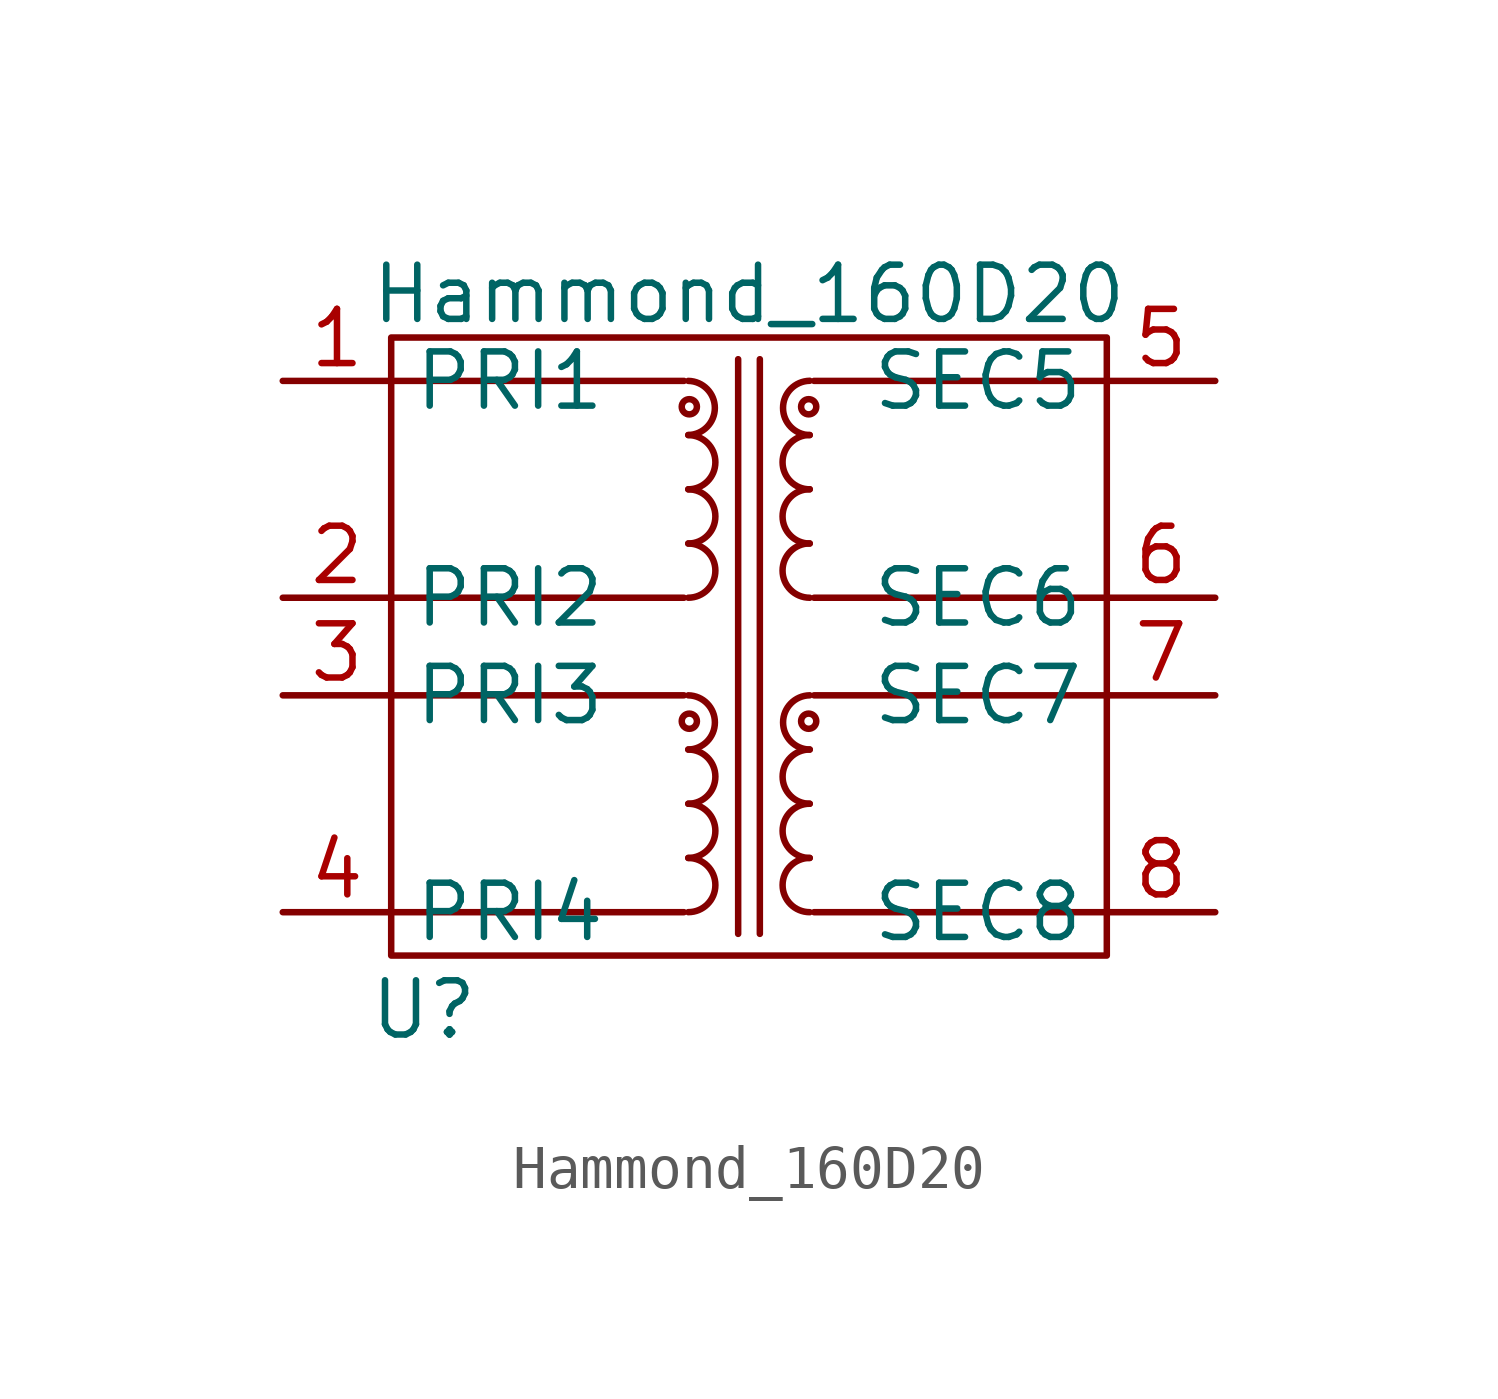
<source format=kicad_sym>
(kicad_symbol_lib
  (version 20211014)
  (generator kicad_symbol_editor)
  (symbol "Hammond_160D20"
    (pin_names
      (offset 0.5))
    (property "Reference" "U"
      (at 0.762 -15.748 0)
      (effects (font (size 1.27 1.27))))
    (property "Value" "Hammond_160D20"
      (at 8.382 1.016 0)
      (effects (font (size 1.27 1.27))))
    (symbol "Hammond_160D20_0_1"
      (polyline (pts (xy 6.858 -13.462) (xy 0 -13.462)) (stroke (width 0) (type default) (color 0 0 0 0)) (fill (type none)))
      (polyline (pts (xy 6.858 -8.382) (xy 0 -8.382)) (stroke (width 0) (type default) (color 0 0 0 0)) (fill (type none)))
      (polyline (pts (xy 6.858 -6.096) (xy 0 -6.096)) (stroke (width 0) (type default) (color 0 0 0 0)) (fill (type none)))
      (polyline (pts (xy 6.858 -1.016) (xy 0 -1.016)) (stroke (width 0) (type default) (color 0 0 0 0)) (fill (type none)))
      (polyline (pts (xy 8.128 -13.97) (xy 8.128 -0.508)) (stroke (width 0) (type default) (color 0 0 0 0)) (fill (type none)))
      (polyline (pts (xy 8.636 -0.508) (xy 8.636 -13.97)) (stroke (width 0) (type default) (color 0 0 0 0)) (fill (type none)))
      (polyline (pts (xy 9.906 -13.462) (xy 16.764 -13.462)) (stroke (width 0) (type default) (color 0 0 0 0)) (fill (type none)))
      (polyline (pts (xy 9.906 -8.382) (xy 16.764 -8.382)) (stroke (width 0) (type default) (color 0 0 0 0)) (fill (type none)))
      (polyline (pts (xy 9.906 -6.096) (xy 16.764 -6.096)) (stroke (width 0) (type default) (color 0 0 0 0)) (fill (type none)))
      (polyline (pts (xy 9.906 -1.016) (xy 16.764 -1.016)) (stroke (width 0) (type default) (color 0 0 0 0)) (fill (type none)))
      (rectangle (start 0 0) (end 16.764 -14.478) (stroke (width 0) (type default) (color 0 0 0 0)) (fill (type none)))
      (arc (start 6.9596 -9.652) (mid 7.5831 -9.017) (end 6.9596 -8.382) (stroke (width 0) (type default) (color 0 0 0 0)) (fill (type none)))
      (arc (start 6.9596 -2.286) (mid 7.5834 -1.651) (end 6.9596 -1.016) (stroke (width 0) (type default) (color 0 0 0 0)) (fill (type none)))
      (circle (center 6.984 -8.988) (radius 0.178) (stroke (width 0) (type default) (color 0 0 0 0)) (fill (type none)))
      (circle (center 6.984 -1.622) (radius 0.178) (stroke (width 0) (type default) (color 0 0 0 0)) (fill (type none)))
      (circle (center 9.78 -8.988) (radius 0.178) (stroke (width 0) (type default) (color 0 0 0 0)) (fill (type none)))
      (circle (center 9.78 -1.622) (radius 0.178) (stroke (width 0) (type default) (color 0 0 0 0)) (fill (type none)))
      (arc (start 9.8044 -8.382) (mid 9.1809 -9.017) (end 9.8044 -9.652) (stroke (width 0) (type default) (color 0 0 0 0)) (fill (type none)))
      (arc (start 9.8044 -1.016) (mid 9.1809 -1.651) (end 9.8044 -2.286) (stroke (width 0) (type default) (color 0 0 0 0)) (fill (type none))))
    (symbol "Hammond_160D20_1_1"
      (arc (start 6.9596 -13.462) (mid 7.595 -12.827) (end 6.9596 -12.192) (stroke (width 0) (type default) (color 0 0 0 0)) (fill (type none)))
      (arc (start 6.9596 -12.192) (mid 7.595 -11.557) (end 6.9596 -10.922) (stroke (width 0) (type default) (color 0 0 0 0)) (fill (type none)))
      (arc (start 6.9596 -10.922) (mid 7.595 -10.287) (end 6.9596 -9.652) (stroke (width 0) (type default) (color 0 0 0 0)) (fill (type none)))
      (arc (start 6.9596 -6.096) (mid 7.5946 -5.461) (end 6.9596 -4.826) (stroke (width 0) (type default) (color 0 0 0 0)) (fill (type none)))
      (arc (start 6.9596 -4.826) (mid 7.5946 -4.191) (end 6.9596 -3.556) (stroke (width 0) (type default) (color 0 0 0 0)) (fill (type none)))
      (arc (start 6.9596 -3.556) (mid 7.5946 -2.921) (end 6.9596 -2.286) (stroke (width 0) (type default) (color 0 0 0 0)) (fill (type none)))
      (arc (start 9.8044 -12.192) (mid 9.169 -12.827) (end 9.8044 -13.462) (stroke (width 0) (type default) (color 0 0 0 0)) (fill (type none)))
      (arc (start 9.8044 -10.922) (mid 9.169 -11.557) (end 9.8044 -12.192) (stroke (width 0) (type default) (color 0 0 0 0)) (fill (type none)))
      (arc (start 9.8044 -9.652) (mid 9.169 -10.287) (end 9.8044 -10.922) (stroke (width 0) (type default) (color 0 0 0 0)) (fill (type none)))
      (arc (start 9.8044 -4.826) (mid 9.169 -5.461) (end 9.8044 -6.096) (stroke (width 0) (type default) (color 0 0 0 0)) (fill (type none)))
      (arc (start 9.8044 -3.556) (mid 9.169 -4.191) (end 9.8044 -4.826) (stroke (width 0) (type default) (color 0 0 0 0)) (fill (type none)))
      (arc (start 9.8044 -2.286) (mid 9.169 -2.921) (end 9.8044 -3.556) (stroke (width 0) (type default) (color 0 0 0 0)) (fill (type none)))
      (pin bidirectional line (at -2.54 -1.016 0) (length 2.54) (name "PRI1" (effects (font (size 1.27 1.27)))) (number "1" (effects (font (size 1.27 1.27)))))
      (pin passive line (at -2.54 -6.096 0) (length 2.54) (name "PRI2" (effects (font (size 1.27 1.27)))) (number "2" (effects (font (size 1.27 1.27)))))
      (pin bidirectional line (at -2.54 -8.382 0) (length 2.54) (name "PRI3" (effects (font (size 1.27 1.27)))) (number "3" (effects (font (size 1.27 1.27)))))
      (pin passive line (at -2.54 -13.462 0) (length 2.54) (name "PRI4" (effects (font (size 1.27 1.27)))) (number "4" (effects (font (size 1.27 1.27)))))
      (pin bidirectional line (at 19.304 -1.016 180) (length 2.54) (name "SEC5" (effects (font (size 1.27 1.27)))) (number "5" (effects (font (size 1.27 1.27)))))
      (pin passive line (at 19.304 -6.096 180) (length 2.54) (name "SEC6" (effects (font (size 1.27 1.27)))) (number "6" (effects (font (size 1.27 1.27)))))
      (pin bidirectional line (at 19.304 -8.382 180) (length 2.54) (name "SEC7" (effects (font (size 1.27 1.27)))) (number "7" (effects (font (size 1.27 1.27)))))
      (pin passive line (at 19.304 -13.462 180) (length 2.54) (name "SEC8" (effects (font (size 1.27 1.27)))) (number "8" (effects (font (size 1.27 1.27))))))))
</source>
